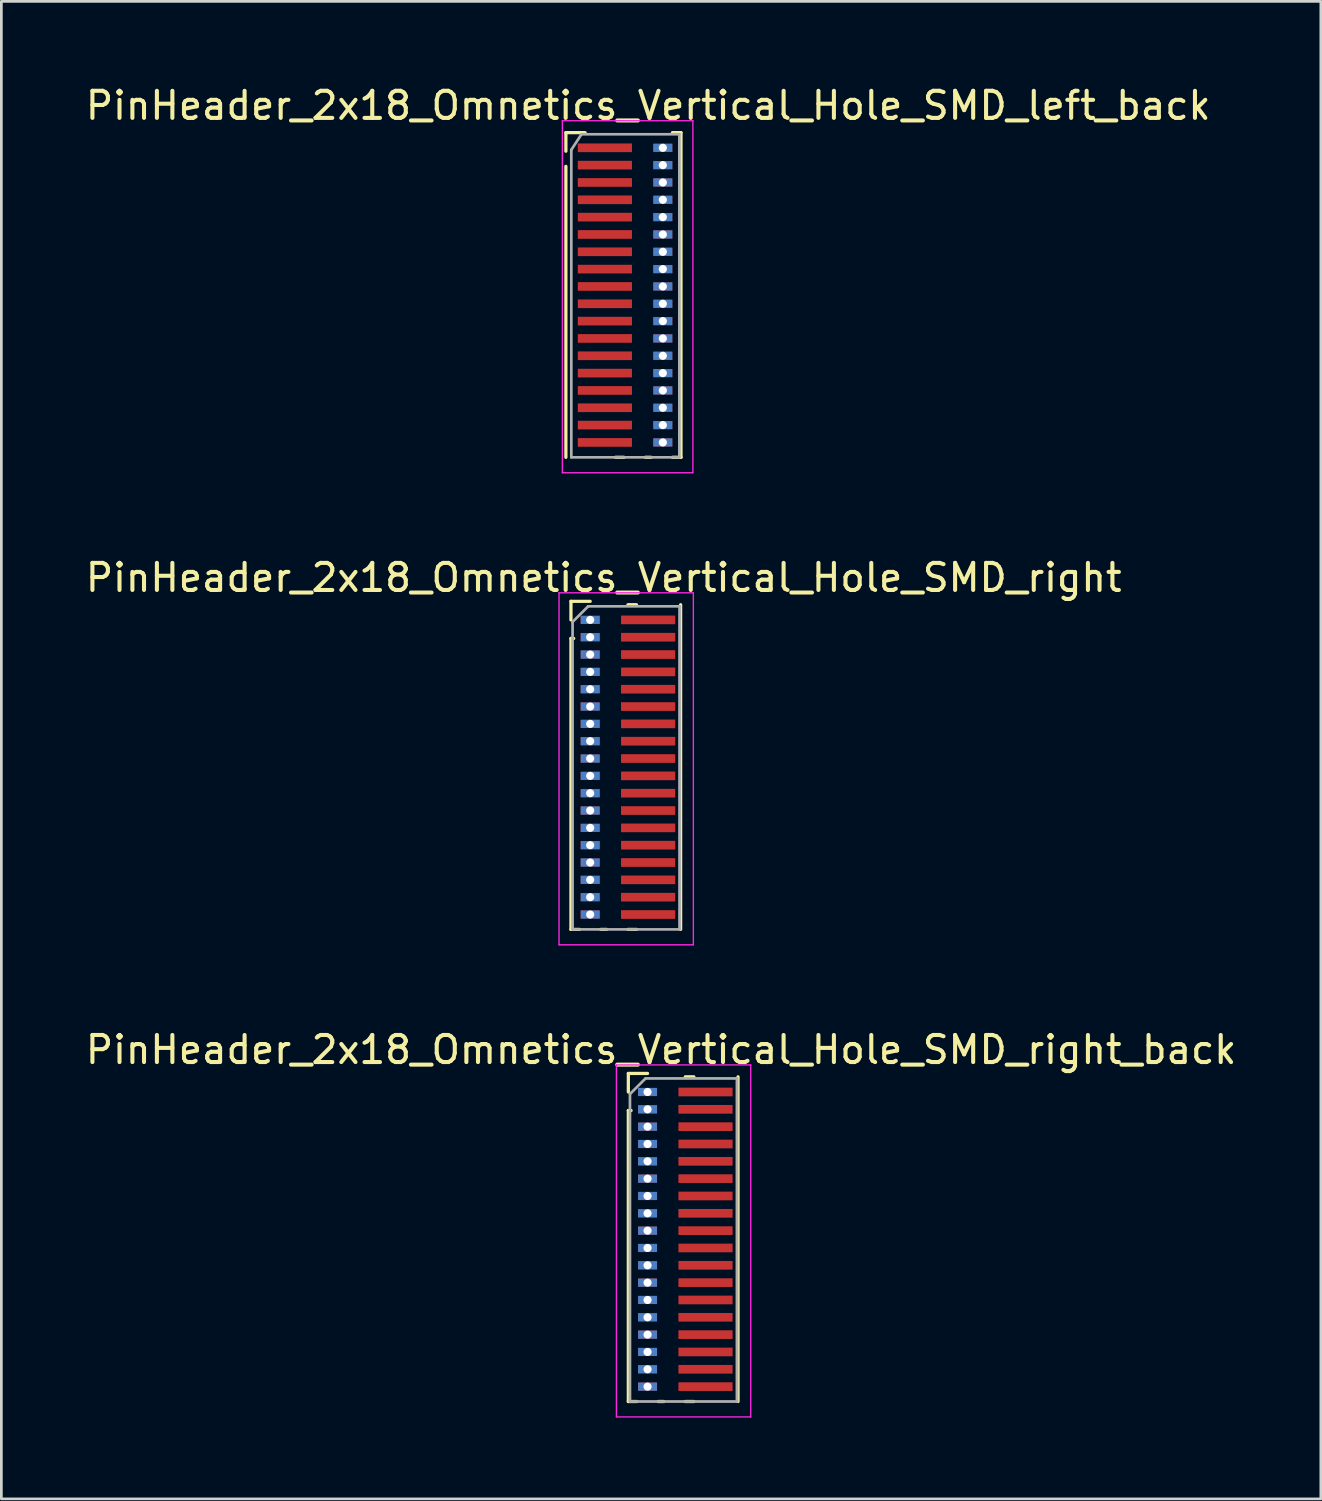
<source format=kicad_pcb>
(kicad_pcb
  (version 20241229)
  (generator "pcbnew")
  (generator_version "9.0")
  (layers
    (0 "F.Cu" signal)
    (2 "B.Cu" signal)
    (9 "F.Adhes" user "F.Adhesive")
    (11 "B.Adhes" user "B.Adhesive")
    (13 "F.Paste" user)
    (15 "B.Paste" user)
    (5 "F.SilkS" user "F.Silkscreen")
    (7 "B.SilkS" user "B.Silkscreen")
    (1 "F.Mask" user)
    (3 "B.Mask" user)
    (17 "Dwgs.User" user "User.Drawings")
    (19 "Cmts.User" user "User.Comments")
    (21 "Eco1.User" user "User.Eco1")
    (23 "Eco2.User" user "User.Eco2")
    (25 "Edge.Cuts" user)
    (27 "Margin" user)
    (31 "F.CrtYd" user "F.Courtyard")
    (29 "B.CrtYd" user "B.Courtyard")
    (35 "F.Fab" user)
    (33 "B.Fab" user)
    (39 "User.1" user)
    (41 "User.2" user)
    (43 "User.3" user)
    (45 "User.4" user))
  (footprint "PinHeader_2x18_Omnetics_Vertical_Hole_SMD_right"
    (layer "F.Cu")
    (at 18.744 19.841)
    (property "Reference" "PinHeader_2x18_Omnetics_Vertical_Hole_SMD_right" (at 0.5 -1.56 0) (layer "F.SilkS") (effects (font (size 1 1) (thickness 0.15))))
    (attr through_hole)
    (fp_line (start -0.71 -0.685) (end 0 -0.685) (stroke (width 0.12) (type solid)) (layer "F.SilkS"))
    (fp_line (start -0.71 0) (end -0.71 -0.685) (stroke (width 0.12) (type solid)) (layer "F.SilkS"))
    (fp_line (start -0.71 0.685) (end -0.71 11.43) (stroke (width 0.12) (type solid)) (layer "F.SilkS"))
    (fp_line (start -0.71 0.685) (end -0.608 0.685) (stroke (width 0.12) (type solid)) (layer "F.SilkS"))
    (fp_line (start -0.71 11.43) (end -0.394 11.43) (stroke (width 0.12) (type solid)) (layer "F.SilkS"))
    (fp_line (start 0.394 11.43) (end 0.606 11.43) (stroke (width 0.12) (type solid)) (layer "F.SilkS"))
    (fp_line (start 1.394 -0.56) (end 1.71 -0.56) (stroke (width 0.12) (type solid)) (layer "F.SilkS"))
    (fp_line (start 1.394 11.43) (end 1.71 11.43) (stroke (width 0.12) (type solid)) (layer "F.SilkS"))
    (fp_line (start 3.34 -0.56) (end 3.34 11.43) (stroke (width 0.12) (type solid)) (layer "F.SilkS"))
    (fp_line (start -1.15 -1) (end -1.15 12) (stroke (width 0.05) (type solid)) (layer "F.CrtYd"))
    (fp_line (start -1.15 12) (end 3.81 12) (stroke (width 0.05) (type solid)) (layer "F.CrtYd"))
    (fp_line (start 3.81 -1) (end -1.15 -1) (stroke (width 0.05) (type solid)) (layer "F.CrtYd"))
    (fp_line (start 3.81 12) (end 3.81 -1) (stroke (width 0.05) (type solid)) (layer "F.CrtYd"))
    (fp_line (start -0.65 0.075) (end -0.075 -0.5) (stroke (width 0.1) (type solid)) (layer "F.Fab"))
    (fp_line (start -0.65 11.43) (end -0.65 0.075) (stroke (width 0.1) (type solid)) (layer "F.Fab"))
    (fp_line (start -0.075 -0.5) (end 3.3 -0.5) (stroke (width 0.1) (type solid)) (layer "F.Fab"))
    (fp_line (start 3.3 -0.5) (end 3.3 11.43) (stroke (width 0.1) (type solid)) (layer "F.Fab"))
    (fp_line (start 3.3 11.43) (end -0.65 11.43) (stroke (width 0.1) (type solid)) (layer "F.Fab"))
    (pad "1" smd rect (at 2.14 0) (size 2 0.32) (layers "F.Cu" "F.Mask" "F.Paste"))
    (pad "2" thru_hole rect (at 0 0) (size 0.7 0.3) (drill 0.3) (layers "*.Cu" "*.Mask"))
    (pad "3" smd rect (at 2.14 0.64) (size 2 0.32) (layers "F.Cu" "F.Mask" "F.Paste"))
    (pad "4" thru_hole rect (at 0 0.64) (size 0.7 0.3) (drill 0.3) (layers "*.Cu" "*.Mask"))
    (pad "5" smd rect (at 2.14 1.28) (size 2 0.32) (layers "F.Cu" "F.Mask" "F.Paste"))
    (pad "6" thru_hole rect (at 0 1.28) (size 0.7 0.3) (drill 0.3) (layers "*.Cu" "*.Mask"))
    (pad "7" smd rect (at 2.14 1.92) (size 2 0.32) (layers "F.Cu" "F.Mask" "F.Paste"))
    (pad "8" thru_hole rect (at 0 1.92) (size 0.7 0.3) (drill 0.3) (layers "*.Cu" "*.Mask"))
    (pad "9" smd rect (at 2.14 2.56) (size 2 0.32) (layers "F.Cu" "F.Mask" "F.Paste"))
    (pad "10" thru_hole rect (at 0 2.56) (size 0.7 0.3) (drill 0.3) (layers "*.Cu" "*.Mask"))
    (pad "11" smd rect (at 2.14 3.2) (size 2 0.32) (layers "F.Cu" "F.Mask" "F.Paste"))
    (pad "12" thru_hole rect (at 0 3.2) (size 0.7 0.3) (drill 0.3) (layers "*.Cu" "*.Mask"))
    (pad "13" smd rect (at 2.14 3.84) (size 2 0.32) (layers "F.Cu" "F.Mask" "F.Paste"))
    (pad "14" thru_hole rect (at 0 3.84) (size 0.7 0.3) (drill 0.3) (layers "*.Cu" "*.Mask"))
    (pad "15" smd rect (at 2.14 4.48) (size 2 0.32) (layers "F.Cu" "F.Mask" "F.Paste"))
    (pad "16" thru_hole rect (at 0 4.48) (size 0.7 0.3) (drill 0.3) (layers "*.Cu" "*.Mask"))
    (pad "17" smd rect (at 2.14 5.12) (size 2 0.32) (layers "F.Cu" "F.Mask" "F.Paste"))
    (pad "18" thru_hole rect (at 0 5.12) (size 0.7 0.3) (drill 0.3) (layers "*.Cu" "*.Mask"))
    (pad "19" smd rect (at 2.14 5.76) (size 2 0.32) (layers "F.Cu" "F.Mask" "F.Paste"))
    (pad "20" thru_hole rect (at 0 5.76) (size 0.7 0.3) (drill 0.3) (layers "*.Cu" "*.Mask"))
    (pad "21" smd rect (at 2.14 6.4) (size 2 0.32) (layers "F.Cu" "F.Mask" "F.Paste"))
    (pad "22" thru_hole rect (at 0 6.4) (size 0.7 0.3) (drill 0.3) (layers "*.Cu" "*.Mask"))
    (pad "23" smd rect (at 2.14 7.04) (size 2 0.32) (layers "F.Cu" "F.Mask" "F.Paste"))
    (pad "24" thru_hole rect (at 0 7.04) (size 0.7 0.3) (drill 0.3) (layers "*.Cu" "*.Mask"))
    (pad "25" smd rect (at 2.14 7.68) (size 2 0.32) (layers "F.Cu" "F.Mask" "F.Paste"))
    (pad "26" thru_hole rect (at 0 7.68) (size 0.7 0.3) (drill 0.3) (layers "*.Cu" "*.Mask"))
    (pad "27" smd rect (at 2.14 8.32) (size 2 0.32) (layers "F.Cu" "F.Mask" "F.Paste"))
    (pad "28" thru_hole rect (at 0 8.32) (size 0.7 0.3) (drill 0.3) (layers "*.Cu" "*.Mask"))
    (pad "29" smd rect (at 2.14 8.96) (size 2 0.32) (layers "F.Cu" "F.Mask" "F.Paste"))
    (pad "30" thru_hole rect (at 0 8.96) (size 0.7 0.3) (drill 0.3) (layers "*.Cu" "*.Mask"))
    (pad "31" smd rect (at 2.14 9.6) (size 2 0.32) (layers "F.Cu" "F.Mask" "F.Paste"))
    (pad "32" thru_hole rect (at 0 9.6) (size 0.7 0.3) (drill 0.3) (layers "*.Cu" "*.Mask"))
    (pad "33" smd rect (at 2.14 10.24) (size 2 0.32) (layers "F.Cu" "F.Mask" "F.Paste"))
    (pad "34" thru_hole rect (at 0 10.24) (size 0.7 0.3) (drill 0.3) (layers "*.Cu" "*.Mask"))
    (pad "35" smd rect (at 2.14 10.88) (size 2 0.32) (layers "F.Cu" "F.Mask" "F.Paste"))
    (pad "36" thru_hole rect (at 0 10.88) (size 0.7 0.3) (drill 0.3) (layers "*.Cu" "*.Mask")))
  (footprint "PinHeader_2x18_Omnetics_Vertical_Hole_SMD_left_back"
    (layer "F.Cu")
    (at 20.387 2.408)
    (property "Reference" "PinHeader_2x18_Omnetics_Vertical_Hole_SMD_left_back" (at 0.5 -1.56 0) (layer "F.SilkS") (effects (font (size 1 1) (thickness 0.15))))
    (attr through_hole)
    (fp_line (start -2.54 -0.56) (end -1.83 -0.56) (stroke (width 0.12) (type solid)) (layer "F.SilkS"))
    (fp_line (start -2.54 0.125) (end -2.54 -0.56) (stroke (width 0.12) (type solid)) (layer "F.SilkS"))
    (fp_line (start -2.54 0.685) (end -2.54 11.43) (stroke (width 0.12) (type solid)) (layer "F.SilkS"))
    (fp_line (start -0.71 11.43) (end -0.394 11.43) (stroke (width 0.12) (type solid)) (layer "F.SilkS"))
    (fp_line (start 0.394 11.43) (end 0.606 11.43) (stroke (width 0.12) (type solid)) (layer "F.SilkS"))
    (fp_line (start 1.394 -0.56) (end 1.71 -0.56) (stroke (width 0.12) (type solid)) (layer "F.SilkS"))
    (fp_line (start 1.394 11.43) (end 1.71 11.43) (stroke (width 0.12) (type solid)) (layer "F.SilkS"))
    (fp_line (start 1.71 -0.56) (end 1.71 11.43) (stroke (width 0.12) (type solid)) (layer "F.SilkS"))
    (fp_line (start -2.67 -1) (end -2.67 12) (stroke (width 0.05) (type solid)) (layer "F.CrtYd"))
    (fp_line (start -2.67 12) (end 2.15 12) (stroke (width 0.05) (type solid)) (layer "F.CrtYd"))
    (fp_line (start 2.15 -1) (end -2.67 -1) (stroke (width 0.05) (type solid)) (layer "F.CrtYd"))
    (fp_line (start 2.15 12) (end 2.15 -1) (stroke (width 0.05) (type solid)) (layer "F.CrtYd"))
    (fp_line (start -2.34 0.075) (end -1.965 -0.5) (stroke (width 0.1) (type solid)) (layer "F.Fab"))
    (fp_line (start -2.34 11.43) (end -2.34 0.075) (stroke (width 0.1) (type solid)) (layer "F.Fab"))
    (fp_line (start -1.965 -0.5) (end 1.65 -0.5) (stroke (width 0.1) (type solid)) (layer "F.Fab"))
    (fp_line (start 1.65 -0.5) (end 1.65 11.43) (stroke (width 0.1) (type solid)) (layer "F.Fab"))
    (fp_line (start 1.65 11.43) (end -2.34 11.43) (stroke (width 0.1) (type solid)) (layer "F.Fab"))
    (pad "1" thru_hole rect (at 1.04 10.88 180) (size 0.7 0.3) (drill 0.3) (layers "*.Cu" "*.Mask"))
    (pad "2" smd rect (at -1.1 10.88 180) (size 2 0.32) (layers "F.Cu" "F.Mask" "F.Paste"))
    (pad "3" thru_hole rect (at 1.04 10.24 180) (size 0.7 0.3) (drill 0.3) (layers "*.Cu" "*.Mask"))
    (pad "4" smd rect (at -1.1 10.24 180) (size 2 0.32) (layers "F.Cu" "F.Mask" "F.Paste"))
    (pad "5" thru_hole rect (at 1.04 9.6 180) (size 0.7 0.3) (drill 0.3) (layers "*.Cu" "*.Mask"))
    (pad "6" smd rect (at -1.1 9.6 180) (size 2 0.32) (layers "F.Cu" "F.Mask" "F.Paste"))
    (pad "7" thru_hole rect (at 1.04 8.96 180) (size 0.7 0.3) (drill 0.3) (layers "*.Cu" "*.Mask"))
    (pad "8" smd rect (at -1.1 8.96 180) (size 2 0.32) (layers "F.Cu" "F.Mask" "F.Paste"))
    (pad "9" thru_hole rect (at 1.04 8.32 180) (size 0.7 0.3) (drill 0.3) (layers "*.Cu" "*.Mask"))
    (pad "10" smd rect (at -1.1 8.32 180) (size 2 0.32) (layers "F.Cu" "F.Mask" "F.Paste"))
    (pad "11" thru_hole rect (at 1.04 7.68 180) (size 0.7 0.3) (drill 0.3) (layers "*.Cu" "*.Mask"))
    (pad "12" smd rect (at -1.1 7.68 180) (size 2 0.32) (layers "F.Cu" "F.Mask" "F.Paste"))
    (pad "13" thru_hole rect (at 1.04 7.04 180) (size 0.7 0.3) (drill 0.3) (layers "*.Cu" "*.Mask"))
    (pad "14" smd rect (at -1.1 7.04 180) (size 2 0.32) (layers "F.Cu" "F.Mask" "F.Paste"))
    (pad "15" thru_hole rect (at 1.04 6.4 180) (size 0.7 0.3) (drill 0.3) (layers "*.Cu" "*.Mask"))
    (pad "16" smd rect (at -1.1 6.4 180) (size 2 0.32) (layers "F.Cu" "F.Mask" "F.Paste"))
    (pad "17" thru_hole rect (at 1.04 5.76 180) (size 0.7 0.3) (drill 0.3) (layers "*.Cu" "*.Mask"))
    (pad "18" smd rect (at -1.1 5.76 180) (size 2 0.32) (layers "F.Cu" "F.Mask" "F.Paste"))
    (pad "19" thru_hole rect (at 1.04 5.12 180) (size 0.7 0.3) (drill 0.3) (layers "*.Cu" "*.Mask"))
    (pad "20" smd rect (at -1.1 5.12 180) (size 2 0.32) (layers "F.Cu" "F.Mask" "F.Paste"))
    (pad "21" thru_hole rect (at 1.04 4.48 180) (size 0.7 0.3) (drill 0.3) (layers "*.Cu" "*.Mask"))
    (pad "22" smd rect (at -1.1 4.48 180) (size 2 0.32) (layers "F.Cu" "F.Mask" "F.Paste"))
    (pad "23" thru_hole rect (at 1.04 3.84 180) (size 0.7 0.3) (drill 0.3) (layers "*.Cu" "*.Mask"))
    (pad "24" smd rect (at -1.1 3.84 180) (size 2 0.32) (layers "F.Cu" "F.Mask" "F.Paste"))
    (pad "25" thru_hole rect (at 1.04 3.2 180) (size 0.7 0.3) (drill 0.3) (layers "*.Cu" "*.Mask"))
    (pad "26" smd rect (at -1.1 3.2 180) (size 2 0.32) (layers "F.Cu" "F.Mask" "F.Paste"))
    (pad "27" thru_hole rect (at 1.04 2.56 180) (size 0.7 0.3) (drill 0.3) (layers "*.Cu" "*.Mask"))
    (pad "28" smd rect (at -1.1 2.56 180) (size 2 0.32) (layers "F.Cu" "F.Mask" "F.Paste"))
    (pad "29" thru_hole rect (at 1.04 1.92 180) (size 0.7 0.3) (drill 0.3) (layers "*.Cu" "*.Mask"))
    (pad "30" smd rect (at -1.1 1.92 180) (size 2 0.32) (layers "F.Cu" "F.Mask" "F.Paste"))
    (pad "31" thru_hole rect (at 1.04 1.28 180) (size 0.7 0.3) (drill 0.3) (layers "*.Cu" "*.Mask"))
    (pad "32" smd rect (at -1.1 1.28 180) (size 2 0.32) (layers "F.Cu" "F.Mask" "F.Paste"))
    (pad "33" thru_hole rect (at 1.04 0.64 180) (size 0.7 0.3) (drill 0.3) (layers "*.Cu" "*.Mask"))
    (pad "34" smd rect (at -1.1 0.64 180) (size 2 0.32) (layers "F.Cu" "F.Mask" "F.Paste"))
    (pad "35" thru_hole rect (at 1.04 0 180) (size 0.7 0.3) (drill 0.3) (layers "*.Cu" "*.Mask"))
    (pad "36" smd rect (at -1.1 0 180) (size 2 0.32) (layers "F.Cu" "F.Mask" "F.Paste")))
  (footprint "PinHeader_2x18_Omnetics_Vertical_Hole_SMD_right_back"
    (layer "F.Cu")
    (at 20.863 37.275)
    (property "Reference" "PinHeader_2x18_Omnetics_Vertical_Hole_SMD_right_back" (at 0.5 -1.56 0) (layer "F.SilkS") (effects (font (size 1 1) (thickness 0.15))))
    (attr through_hole)
    (fp_line (start -0.71 -0.685) (end 0 -0.685) (stroke (width 0.12) (type solid)) (layer "F.SilkS"))
    (fp_line (start -0.71 0) (end -0.71 -0.685) (stroke (width 0.12) (type solid)) (layer "F.SilkS"))
    (fp_line (start -0.71 0.685) (end -0.71 11.43) (stroke (width 0.12) (type solid)) (layer "F.SilkS"))
    (fp_line (start -0.71 0.685) (end -0.608 0.685) (stroke (width 0.12) (type solid)) (layer "F.SilkS"))
    (fp_line (start -0.71 11.43) (end -0.394 11.43) (stroke (width 0.12) (type solid)) (layer "F.SilkS"))
    (fp_line (start 0.394 11.43) (end 0.606 11.43) (stroke (width 0.12) (type solid)) (layer "F.SilkS"))
    (fp_line (start 1.394 -0.56) (end 1.71 -0.56) (stroke (width 0.12) (type solid)) (layer "F.SilkS"))
    (fp_line (start 1.394 11.43) (end 1.71 11.43) (stroke (width 0.12) (type solid)) (layer "F.SilkS"))
    (fp_line (start 3.34 -0.56) (end 3.34 11.43) (stroke (width 0.12) (type solid)) (layer "F.SilkS"))
    (fp_line (start -1.15 -1) (end -1.15 12) (stroke (width 0.05) (type solid)) (layer "F.CrtYd"))
    (fp_line (start -1.15 12) (end 3.81 12) (stroke (width 0.05) (type solid)) (layer "F.CrtYd"))
    (fp_line (start 3.81 -1) (end -1.15 -1) (stroke (width 0.05) (type solid)) (layer "F.CrtYd"))
    (fp_line (start 3.81 12) (end 3.81 -1) (stroke (width 0.05) (type solid)) (layer "F.CrtYd"))
    (fp_line (start -0.65 0.075) (end -0.075 -0.5) (stroke (width 0.1) (type solid)) (layer "F.Fab"))
    (fp_line (start -0.65 11.43) (end -0.65 0.075) (stroke (width 0.1) (type solid)) (layer "F.Fab"))
    (fp_line (start -0.075 -0.5) (end 3.3 -0.5) (stroke (width 0.1) (type solid)) (layer "F.Fab"))
    (fp_line (start 3.3 -0.5) (end 3.3 11.43) (stroke (width 0.1) (type solid)) (layer "F.Fab"))
    (fp_line (start 3.3 11.43) (end -0.65 11.43) (stroke (width 0.1) (type solid)) (layer "F.Fab"))
    (pad "1" smd rect (at 2.14 10.88 180) (size 2 0.32) (layers "F.Cu" "F.Mask" "F.Paste"))
    (pad "2" thru_hole rect (at 0 10.88 180) (size 0.7 0.3) (drill 0.3) (layers "*.Cu" "*.Mask"))
    (pad "3" smd rect (at 2.14 10.24 180) (size 2 0.32) (layers "F.Cu" "F.Mask" "F.Paste"))
    (pad "4" thru_hole rect (at 0 10.24 180) (size 0.7 0.3) (drill 0.3) (layers "*.Cu" "*.Mask"))
    (pad "5" smd rect (at 2.14 9.6 180) (size 2 0.32) (layers "F.Cu" "F.Mask" "F.Paste"))
    (pad "6" thru_hole rect (at 0 9.6 180) (size 0.7 0.3) (drill 0.3) (layers "*.Cu" "*.Mask"))
    (pad "7" smd rect (at 2.14 8.96 180) (size 2 0.32) (layers "F.Cu" "F.Mask" "F.Paste"))
    (pad "8" thru_hole rect (at 0 8.96 180) (size 0.7 0.3) (drill 0.3) (layers "*.Cu" "*.Mask"))
    (pad "9" smd rect (at 2.14 8.32 180) (size 2 0.32) (layers "F.Cu" "F.Mask" "F.Paste"))
    (pad "10" thru_hole rect (at 0 8.32 180) (size 0.7 0.3) (drill 0.3) (layers "*.Cu" "*.Mask"))
    (pad "11" smd rect (at 2.14 7.68 180) (size 2 0.32) (layers "F.Cu" "F.Mask" "F.Paste"))
    (pad "12" thru_hole rect (at 0 7.68 180) (size 0.7 0.3) (drill 0.3) (layers "*.Cu" "*.Mask"))
    (pad "13" smd rect (at 2.14 7.04 180) (size 2 0.32) (layers "F.Cu" "F.Mask" "F.Paste"))
    (pad "14" thru_hole rect (at 0 7.04 180) (size 0.7 0.3) (drill 0.3) (layers "*.Cu" "*.Mask"))
    (pad "15" smd rect (at 2.14 6.4 180) (size 2 0.32) (layers "F.Cu" "F.Mask" "F.Paste"))
    (pad "16" thru_hole rect (at 0 6.4 180) (size 0.7 0.3) (drill 0.3) (layers "*.Cu" "*.Mask"))
    (pad "17" smd rect (at 2.14 5.76 180) (size 2 0.32) (layers "F.Cu" "F.Mask" "F.Paste"))
    (pad "18" thru_hole rect (at 0 5.76 180) (size 0.7 0.3) (drill 0.3) (layers "*.Cu" "*.Mask"))
    (pad "19" smd rect (at 2.14 5.12 180) (size 2 0.32) (layers "F.Cu" "F.Mask" "F.Paste"))
    (pad "20" thru_hole rect (at 0 5.12 180) (size 0.7 0.3) (drill 0.3) (layers "*.Cu" "*.Mask"))
    (pad "21" smd rect (at 2.14 4.48 180) (size 2 0.32) (layers "F.Cu" "F.Mask" "F.Paste"))
    (pad "22" thru_hole rect (at 0 4.48 180) (size 0.7 0.3) (drill 0.3) (layers "*.Cu" "*.Mask"))
    (pad "23" smd rect (at 2.14 3.84 180) (size 2 0.32) (layers "F.Cu" "F.Mask" "F.Paste"))
    (pad "24" thru_hole rect (at 0 3.84 180) (size 0.7 0.3) (drill 0.3) (layers "*.Cu" "*.Mask"))
    (pad "25" smd rect (at 2.14 3.2 180) (size 2 0.32) (layers "F.Cu" "F.Mask" "F.Paste"))
    (pad "26" thru_hole rect (at 0 3.2 180) (size 0.7 0.3) (drill 0.3) (layers "*.Cu" "*.Mask"))
    (pad "27" smd rect (at 2.14 2.56 180) (size 2 0.32) (layers "F.Cu" "F.Mask" "F.Paste"))
    (pad "28" thru_hole rect (at 0 2.56 180) (size 0.7 0.3) (drill 0.3) (layers "*.Cu" "*.Mask"))
    (pad "29" smd rect (at 2.14 1.92 180) (size 2 0.32) (layers "F.Cu" "F.Mask" "F.Paste"))
    (pad "30" thru_hole rect (at 0 1.92 180) (size 0.7 0.3) (drill 0.3) (layers "*.Cu" "*.Mask"))
    (pad "31" smd rect (at 2.14 1.28 180) (size 2 0.32) (layers "F.Cu" "F.Mask" "F.Paste"))
    (pad "32" thru_hole rect (at 0 1.28 180) (size 0.7 0.3) (drill 0.3) (layers "*.Cu" "*.Mask"))
    (pad "33" smd rect (at 2.14 0.64 180) (size 2 0.32) (layers "F.Cu" "F.Mask" "F.Paste"))
    (pad "34" thru_hole rect (at 0 0.64 180) (size 0.7 0.3) (drill 0.3) (layers "*.Cu" "*.Mask"))
    (pad "35" smd rect (at 2.14 0 180) (size 2 0.32) (layers "F.Cu" "F.Mask" "F.Paste"))
    (pad "36" thru_hole rect (at 0 0 180) (size 0.7 0.3) (drill 0.3) (layers "*.Cu" "*.Mask")))
  (gr_rect
    (start -3 -3)
    (end 45.726 52.3)
    (stroke (width 0.1) (type default))
    (fill no)
    (layer "Edge.Cuts")))
</source>
